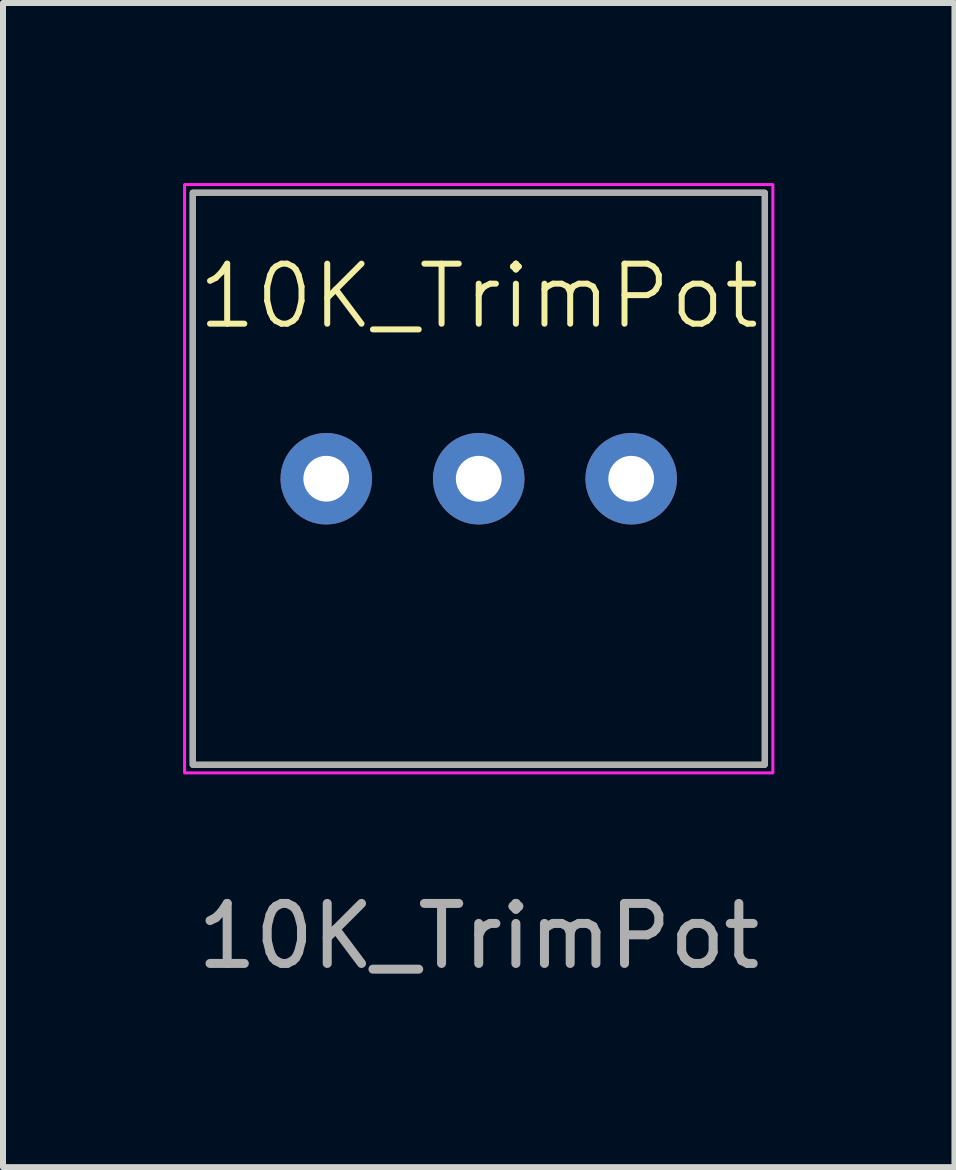
<source format=kicad_pcb>
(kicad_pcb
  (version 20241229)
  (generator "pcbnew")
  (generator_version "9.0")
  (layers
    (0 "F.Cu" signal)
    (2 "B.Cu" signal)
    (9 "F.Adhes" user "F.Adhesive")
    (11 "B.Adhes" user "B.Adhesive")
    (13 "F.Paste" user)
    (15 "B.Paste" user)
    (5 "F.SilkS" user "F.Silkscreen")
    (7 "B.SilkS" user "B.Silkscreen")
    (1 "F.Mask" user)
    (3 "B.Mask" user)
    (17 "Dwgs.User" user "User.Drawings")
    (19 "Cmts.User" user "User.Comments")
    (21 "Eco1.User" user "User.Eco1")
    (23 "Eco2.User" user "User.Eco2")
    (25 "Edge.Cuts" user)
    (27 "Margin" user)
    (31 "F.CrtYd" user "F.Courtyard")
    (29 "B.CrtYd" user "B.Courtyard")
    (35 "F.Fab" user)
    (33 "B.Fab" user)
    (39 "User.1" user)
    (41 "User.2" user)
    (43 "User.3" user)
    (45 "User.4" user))
  (footprint "10K_TrimPot"
    (layer "F.Cu")
    (at 4.925 4.925)
    (property "Reference" "10K_TrimPot" (at 0 -3.04 0) (unlocked yes) (layer "F.SilkS") (effects (font (size 1 1) (thickness 0.1))))
    (attr through_hole)
    (fp_rect (start -4.765 -4.765) (end 4.765 4.765) (stroke (width 0.1) (type default)) (fill no) (layer "F.SilkS"))
    (fp_rect (start -4.9 -4.9) (end 4.9 4.9) (stroke (width 0.05) (type default)) (fill no) (layer "F.CrtYd"))
    (fp_rect (start -4.765 -4.765) (end 4.765 4.765) (stroke (width 0.1) (type default)) (fill no) (layer "F.Fab"))
    (fp_text user "${REFERENCE}" (at 0 7.62 0) (unlocked yes) (layer "F.Fab") (effects (font (size 1 1) (thickness 0.15))))
    (pad "1" thru_hole circle (at -2.54 0) (size 1.524 1.524) (drill 0.762) (layers "*.Cu" "*.Mask"))
    (pad "2" thru_hole circle (at 0 0) (size 1.524 1.524) (drill 0.762) (layers "*.Cu" "*.Mask"))
    (pad "3" thru_hole circle (at 2.54 0) (size 1.524 1.524) (drill 0.762) (layers "*.Cu" "*.Mask")))
  (gr_rect
    (start -3 -3)
    (end 12.85 16.393)
    (stroke (width 0.1) (type default))
    (fill no)
    (layer "Edge.Cuts")))
</source>
